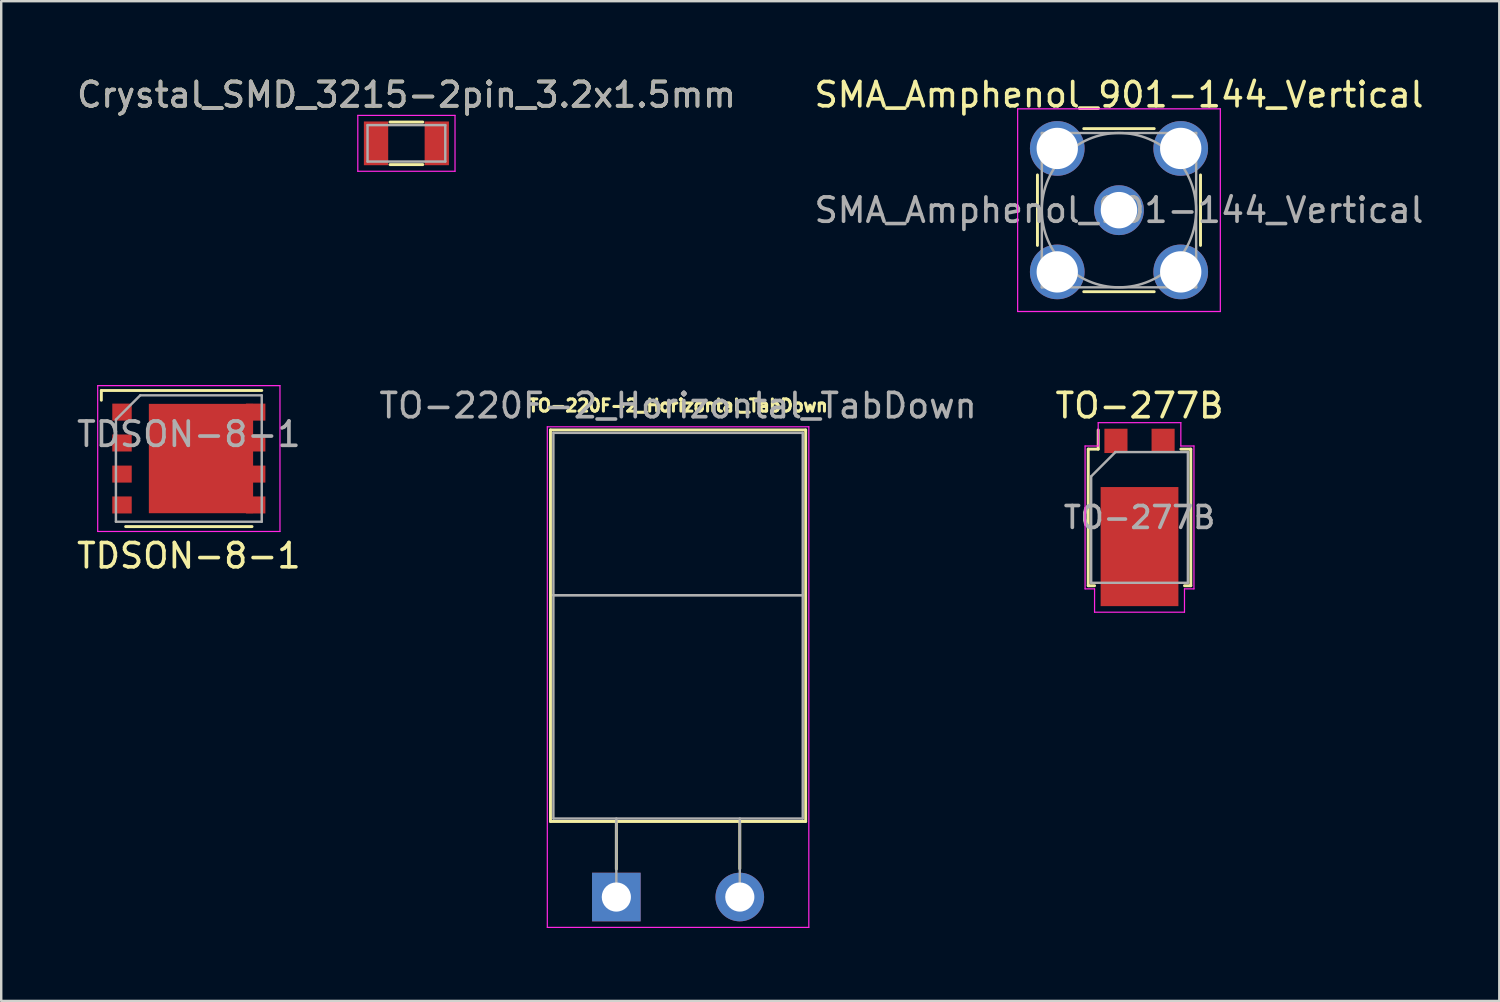
<source format=kicad_pcb>
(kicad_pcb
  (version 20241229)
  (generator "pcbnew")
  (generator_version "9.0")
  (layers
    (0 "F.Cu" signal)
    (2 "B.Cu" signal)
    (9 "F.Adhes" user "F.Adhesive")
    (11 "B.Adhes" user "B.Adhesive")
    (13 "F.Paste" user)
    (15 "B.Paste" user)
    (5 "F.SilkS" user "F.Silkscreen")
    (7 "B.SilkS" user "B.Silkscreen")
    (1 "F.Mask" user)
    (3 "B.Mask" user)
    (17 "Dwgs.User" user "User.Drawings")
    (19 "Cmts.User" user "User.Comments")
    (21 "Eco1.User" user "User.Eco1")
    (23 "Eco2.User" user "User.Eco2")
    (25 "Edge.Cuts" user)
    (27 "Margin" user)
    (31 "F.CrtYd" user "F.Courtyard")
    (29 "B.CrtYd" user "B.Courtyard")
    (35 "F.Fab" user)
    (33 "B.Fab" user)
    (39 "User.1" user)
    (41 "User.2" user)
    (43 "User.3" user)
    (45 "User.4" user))
  (footprint "TO-277B"
    (layer "F.Cu")
    (at 43.839 18.241)
    (property "Reference" "TO-277B" (at 0 -4.6 180) (layer "F.SilkS") (effects (font (size 1 1) (thickness 0.15))))
    (attr smd)
    (fp_line (start -2.11 -2.81) (end -2.11 2.81) (stroke (width 0.12) (type solid)) (layer "F.SilkS"))
    (fp_line (start -1.85 2.81) (end -2.11 2.81) (stroke (width 0.12) (type solid)) (layer "F.SilkS"))
    (fp_line (start -1.7 -2.81) (end -2.11 -2.81) (stroke (width 0.12) (type solid)) (layer "F.SilkS"))
    (fp_line (start -1.7 -2.81) (end -1.7 -3.6) (stroke (width 0.12) (type solid)) (layer "F.SilkS"))
    (fp_line (start 2.11 -2.81) (end 1.7 -2.81) (stroke (width 0.12) (type solid)) (layer "F.SilkS"))
    (fp_line (start 2.11 2.81) (end 1.85 2.81) (stroke (width 0.12) (type solid)) (layer "F.SilkS"))
    (fp_line (start 2.11 2.81) (end 2.11 -2.81) (stroke (width 0.12) (type solid)) (layer "F.SilkS"))
    (fp_line (start -2.24 -2.94) (end -2.24 2.94) (stroke (width 0.05) (type solid)) (layer "F.CrtYd"))
    (fp_line (start -2.24 -2.94) (end -1.7 -2.94) (stroke (width 0.05) (type solid)) (layer "F.CrtYd"))
    (fp_line (start -2.24 2.94) (end -1.85 2.94) (stroke (width 0.05) (type solid)) (layer "F.CrtYd"))
    (fp_line (start -1.85 3.9) (end -1.85 2.94) (stroke (width 0.05) (type solid)) (layer "F.CrtYd"))
    (fp_line (start -1.7 -3.9) (end 1.7 -3.9) (stroke (width 0.05) (type solid)) (layer "F.CrtYd"))
    (fp_line (start -1.7 -2.94) (end -1.7 -3.9) (stroke (width 0.05) (type solid)) (layer "F.CrtYd"))
    (fp_line (start 1.7 -2.94) (end 1.7 -3.9) (stroke (width 0.05) (type solid)) (layer "F.CrtYd"))
    (fp_line (start 1.7 -2.94) (end 2.24 -2.94) (stroke (width 0.05) (type solid)) (layer "F.CrtYd"))
    (fp_line (start 1.85 2.94) (end 2.24 2.94) (stroke (width 0.05) (type solid)) (layer "F.CrtYd"))
    (fp_line (start 1.85 3.9) (end -1.85 3.9) (stroke (width 0.05) (type solid)) (layer "F.CrtYd"))
    (fp_line (start 1.85 3.9) (end 1.85 2.94) (stroke (width 0.05) (type solid)) (layer "F.CrtYd"))
    (fp_line (start 2.24 2.94) (end 2.24 -2.94) (stroke (width 0.05) (type solid)) (layer "F.CrtYd"))
    (fp_line (start -1.99 -1.69) (end -1.99 2.69) (stroke (width 0.1) (type solid)) (layer "F.Fab"))
    (fp_line (start -1.99 -1.69) (end -0.99 -2.69) (stroke (width 0.1) (type solid)) (layer "F.Fab"))
    (fp_line (start -1.99 2.69) (end 1.99 2.69) (stroke (width 0.1) (type solid)) (layer "F.Fab"))
    (fp_line (start 1.99 -2.69) (end -1 -2.69) (stroke (width 0.1) (type solid)) (layer "F.Fab"))
    (fp_line (start 1.99 2.69) (end 1.99 -2.69) (stroke (width 0.1) (type solid)) (layer "F.Fab"))
    (fp_text user "${REFERENCE}" (at 0 0 0) (layer "F.Fab") (effects (font (size 0.9 0.9) (thickness 0.15))))
    (pad "" smd rect (at -0.9 -0.6) (size 1.3 1.2) (layers "F.Paste"))
    (pad "" smd rect (at -0.9 1.2) (size 1.3 1.2) (layers "F.Paste"))
    (pad "" smd rect (at -0.9 3) (size 1.3 1.2) (layers "F.Paste"))
    (pad "" smd rect (at 0.9 -0.6) (size 1.3 1.2) (layers "F.Paste"))
    (pad "" smd rect (at 0.9 1.2) (size 1.3 1.2) (layers "F.Paste"))
    (pad "" smd rect (at 0.9 3) (size 1.3 1.2) (layers "F.Paste"))
    (pad "1" smd rect (at 0 1.2) (size 3.2 4.9) (layers "F.Cu" "F.Mask"))
    (pad "2" smd rect (at -0.97 -3.15) (size 0.95 1) (layers "F.Cu" "F.Mask" "F.Paste"))
    (pad "2" smd rect (at 0.97 -3.15) (size 0.95 1) (layers "F.Cu" "F.Mask" "F.Paste")))
  (footprint "SMA_Amphenol_901-144_Vertical"
    (layer "F.Cu")
    (at 42.994 5.598)
    (property "Reference" "SMA_Amphenol_901-144_Vertical" (at 0 -4.75 0) (layer "F.SilkS") (effects (font (size 1 1) (thickness 0.15))))
    (attr through_hole)
    (fp_line (start -3.355 -1.45) (end -3.355 1.45) (stroke (width 0.12) (type solid)) (layer "F.SilkS"))
    (fp_line (start -1.45 -3.355) (end 1.45 -3.355) (stroke (width 0.12) (type solid)) (layer "F.SilkS"))
    (fp_line (start -1.45 3.355) (end 1.45 3.355) (stroke (width 0.12) (type solid)) (layer "F.SilkS"))
    (fp_line (start 3.355 -1.45) (end 3.355 1.45) (stroke (width 0.12) (type solid)) (layer "F.SilkS"))
    (fp_line (start -4.17 -4.17) (end -4.17 4.17) (stroke (width 0.05) (type solid)) (layer "F.CrtYd"))
    (fp_line (start -4.17 -4.17) (end 4.17 -4.17) (stroke (width 0.05) (type solid)) (layer "F.CrtYd"))
    (fp_line (start 4.17 4.17) (end -4.17 4.17) (stroke (width 0.05) (type solid)) (layer "F.CrtYd"))
    (fp_line (start 4.17 4.17) (end 4.17 -4.17) (stroke (width 0.05) (type solid)) (layer "F.CrtYd"))
    (fp_line (start -3.175 -3.175) (end -3.175 3.175) (stroke (width 0.1) (type solid)) (layer "F.Fab"))
    (fp_line (start -3.175 -3.175) (end 3.175 -3.175) (stroke (width 0.1) (type solid)) (layer "F.Fab"))
    (fp_line (start -3.175 3.175) (end 3.175 3.175) (stroke (width 0.1) (type solid)) (layer "F.Fab"))
    (fp_line (start 3.175 -3.175) (end 3.175 3.175) (stroke (width 0.1) (type solid)) (layer "F.Fab"))
    (fp_circle (center 0 0) (end 3.175 0) (stroke (width 0.1) (type solid)) (fill no) (layer "F.Fab"))
    (fp_text user "${REFERENCE}" (at 0 0 0) (layer "F.Fab") (effects (font (size 1 1) (thickness 0.15))))
    (pad "1" thru_hole circle (at 0 0) (size 2.05 2.05) (drill 1.5) (layers "*.Cu" "*.Mask"))
    (pad "2" thru_hole circle (at -2.54 -2.54) (size 2.25 2.25) (drill 1.7) (layers "*.Cu" "*.Mask"))
    (pad "2" thru_hole circle (at -2.54 2.54) (size 2.25 2.25) (drill 1.7) (layers "*.Cu" "*.Mask"))
    (pad "2" thru_hole circle (at 2.54 -2.54) (size 2.25 2.25) (drill 1.7) (layers "*.Cu" "*.Mask"))
    (pad "2" thru_hole circle (at 2.54 2.54) (size 2.25 2.25) (drill 1.7) (layers "*.Cu" "*.Mask")))
  (footprint "TDSON-8-1"
    (layer "F.Cu")
    (at 4.72 15.818)
    (property "Reference" "TDSON-8-1" (at 0 4 0) (layer "F.SilkS") (effects (font (size 1 1) (thickness 0.15))))
    (attr smd)
    (fp_line (start -3.6 -2.8) (end -3.6 -2.4) (stroke (width 0.12) (type solid)) (layer "F.SilkS"))
    (fp_line (start 2.6 2.8) (end -2.6 2.8) (stroke (width 0.12) (type solid)) (layer "F.SilkS"))
    (fp_line (start 3 -2.8) (end -3.6 -2.8) (stroke (width 0.12) (type solid)) (layer "F.SilkS"))
    (fp_line (start -3.75 -3) (end -3.75 3) (stroke (width 0.05) (type solid)) (layer "F.CrtYd"))
    (fp_line (start -3.75 3) (end 3.75 3) (stroke (width 0.05) (type solid)) (layer "F.CrtYd"))
    (fp_line (start 3.75 -3) (end -3.75 -3) (stroke (width 0.05) (type solid)) (layer "F.CrtYd"))
    (fp_line (start 3.75 3) (end 3.75 -3) (stroke (width 0.05) (type solid)) (layer "F.CrtYd"))
    (fp_line (start -3 2.6) (end -3 -1.6) (stroke (width 0.1) (type solid)) (layer "F.Fab"))
    (fp_line (start -2 -2.6) (end -3 -1.6) (stroke (width 0.1) (type solid)) (layer "F.Fab"))
    (fp_line (start -2 -2.6) (end 3 -2.6) (stroke (width 0.1) (type solid)) (layer "F.Fab"))
    (fp_line (start 3 -2.6) (end 3 2.6) (stroke (width 0.1) (type solid)) (layer "F.Fab"))
    (fp_line (start 3 2.6) (end -3 2.6) (stroke (width 0.1) (type solid)) (layer "F.Fab"))
    (fp_text user "${REFERENCE}" (at 0 -1 0) (layer "F.Fab") (effects (font (size 1 1) (thickness 0.15))))
    (pad "1" smd rect (at -2.75 -1.91 270) (size 0.7 0.8) (layers "F.Cu" "F.Mask" "F.Paste"))
    (pad "1" smd rect (at -2.75 -0.64 270) (size 0.7 0.8) (layers "F.Cu" "F.Mask" "F.Paste"))
    (pad "1" smd rect (at -2.75 0.64 270) (size 0.7 0.8) (layers "F.Cu" "F.Mask" "F.Paste"))
    (pad "2" smd rect (at -2.75 1.91 270) (size 0.7 0.8) (layers "F.Cu" "F.Mask" "F.Paste"))
    (pad "3" smd rect (at 0.5 0 270) (size 4.5 4.29) (layers "F.Cu" "F.Mask" "F.Paste"))
    (pad "3" smd rect (at 2.75 -1.91 270) (size 0.7 0.8) (layers "F.Cu" "F.Mask" "F.Paste"))
    (pad "3" smd rect (at 2.75 -0.64 270) (size 0.7 0.8) (layers "F.Cu" "F.Mask" "F.Paste"))
    (pad "3" smd rect (at 2.75 0.64 270) (size 0.7 0.8) (layers "F.Cu" "F.Mask" "F.Paste"))
    (pad "3" smd rect (at 2.75 1.91 270) (size 0.7 0.8) (layers "F.Cu" "F.Mask" "F.Paste")))
  (footprint "TO-220F-2_Horizontal_TabDown"
    (layer "F.Cu")
    (at 22.311 33.861)
    (property "Reference" "TO-220F-2_Horizontal_TabDown" (at 2.54 -20.22 0) (layer "F.SilkS") (effects (font (size 0.5 0.5) (thickness 0.125))))
    (attr through_hole)
    (fp_line (start -2.71 -19.22) (end -2.71 -3.11) (stroke (width 0.12) (type solid)) (layer "F.SilkS"))
    (fp_line (start -2.71 -19.22) (end 7.79 -19.22) (stroke (width 0.12) (type solid)) (layer "F.SilkS"))
    (fp_line (start -2.71 -3.11) (end 7.79 -3.11) (stroke (width 0.12) (type solid)) (layer "F.SilkS"))
    (fp_line (start 0 -3.11) (end 0 -1.15) (stroke (width 0.12) (type solid)) (layer "F.SilkS"))
    (fp_line (start 5.08 -3.11) (end 5.08 -1.165) (stroke (width 0.12) (type solid)) (layer "F.SilkS"))
    (fp_line (start 7.79 -19.22) (end 7.79 -3.11) (stroke (width 0.12) (type solid)) (layer "F.SilkS"))
    (fp_line (start -2.84 -19.35) (end -2.84 1.25) (stroke (width 0.05) (type solid)) (layer "F.CrtYd"))
    (fp_line (start -2.84 1.25) (end 7.92 1.25) (stroke (width 0.05) (type solid)) (layer "F.CrtYd"))
    (fp_line (start 7.92 -19.35) (end -2.84 -19.35) (stroke (width 0.05) (type solid)) (layer "F.CrtYd"))
    (fp_line (start 7.92 1.25) (end 7.92 -19.35) (stroke (width 0.05) (type solid)) (layer "F.CrtYd"))
    (fp_line (start -2.59 -19.1) (end 7.67 -19.1) (stroke (width 0.1) (type solid)) (layer "F.Fab"))
    (fp_line (start -2.59 -12.42) (end -2.59 -19.1) (stroke (width 0.1) (type solid)) (layer "F.Fab"))
    (fp_line (start -2.59 -12.42) (end 7.67 -12.42) (stroke (width 0.1) (type solid)) (layer "F.Fab"))
    (fp_line (start -2.59 -3.23) (end -2.59 -12.42) (stroke (width 0.1) (type solid)) (layer "F.Fab"))
    (fp_line (start 0 -3.23) (end 0 0) (stroke (width 0.1) (type solid)) (layer "F.Fab"))
    (fp_line (start 5.08 -3.23) (end 5.08 0) (stroke (width 0.1) (type solid)) (layer "F.Fab"))
    (fp_line (start 7.67 -19.1) (end 7.67 -12.42) (stroke (width 0.1) (type solid)) (layer "F.Fab"))
    (fp_line (start 7.67 -12.42) (end -2.59 -12.42) (stroke (width 0.1) (type solid)) (layer "F.Fab"))
    (fp_line (start 7.67 -12.42) (end 7.67 -3.23) (stroke (width 0.1) (type solid)) (layer "F.Fab"))
    (fp_line (start 7.67 -3.23) (end -2.59 -3.23) (stroke (width 0.1) (type solid)) (layer "F.Fab"))
    (fp_text user "${REFERENCE}" (at 2.54 -20.22 0) (layer "F.Fab") (effects (font (size 1 1) (thickness 0.15))))
    (pad "1" thru_hole rect (at 0 0) (size 2 2) (drill 1.2) (layers "*.Cu" "*.Mask"))
    (pad "2" thru_hole oval (at 5.08 0) (size 2 2) (drill 1.2) (layers "*.Cu" "*.Mask")))
  (footprint "Crystal_SMD_3215-2pin_3.2x1.5mm"
    (layer "F.Cu")
    (at 13.673 2.848)
    (property "Reference" "Crystal_SMD_3215-2pin_3.2x1.5mm" (at 0 -2 0) (layer "F.SilkS") (effects (font (size 1 1) (thickness 0.15))))
    (attr smd)
    (fp_line (start -0.675 -0.875) (end 0.675 -0.875) (stroke (width 0.12) (type solid)) (layer "F.SilkS"))
    (fp_line (start -0.675 0.875) (end 0.675 0.875) (stroke (width 0.12) (type solid)) (layer "F.SilkS"))
    (fp_line (start -2 -1.15) (end -2 1.15) (stroke (width 0.05) (type solid)) (layer "F.CrtYd"))
    (fp_line (start -2 -1.15) (end 2 -1.15) (stroke (width 0.05) (type solid)) (layer "F.CrtYd"))
    (fp_line (start -2 1.15) (end 2 1.15) (stroke (width 0.05) (type solid)) (layer "F.CrtYd"))
    (fp_line (start 2 -1.15) (end 2 1.15) (stroke (width 0.05) (type solid)) (layer "F.CrtYd"))
    (fp_line (start -1.6 -0.75) (end -1.6 0.75) (stroke (width 0.1) (type solid)) (layer "F.Fab"))
    (fp_line (start -1.6 -0.75) (end 1.6 -0.75) (stroke (width 0.1) (type solid)) (layer "F.Fab"))
    (fp_line (start -1.6 0.75) (end 1.6 0.75) (stroke (width 0.1) (type solid)) (layer "F.Fab"))
    (fp_line (start 1.6 -0.75) (end 1.6 0.75) (stroke (width 0.1) (type solid)) (layer "F.Fab"))
    (fp_text user "${REFERENCE}" (at 0 -2 0) (layer "F.Fab") (effects (font (size 1 1) (thickness 0.15))))
    (pad "1" smd rect (at 1.25 0) (size 1 1.8) (layers "F.Cu" "F.Mask" "F.Paste"))
    (pad "2" smd rect (at -1.25 0) (size 1 1.8) (layers "F.Cu" "F.Mask" "F.Paste")))
  (gr_rect
    (start -3 -3)
    (end 58.643 38.136)
    (stroke (width 0.1) (type default))
    (fill no)
    (layer "Edge.Cuts")))
</source>
